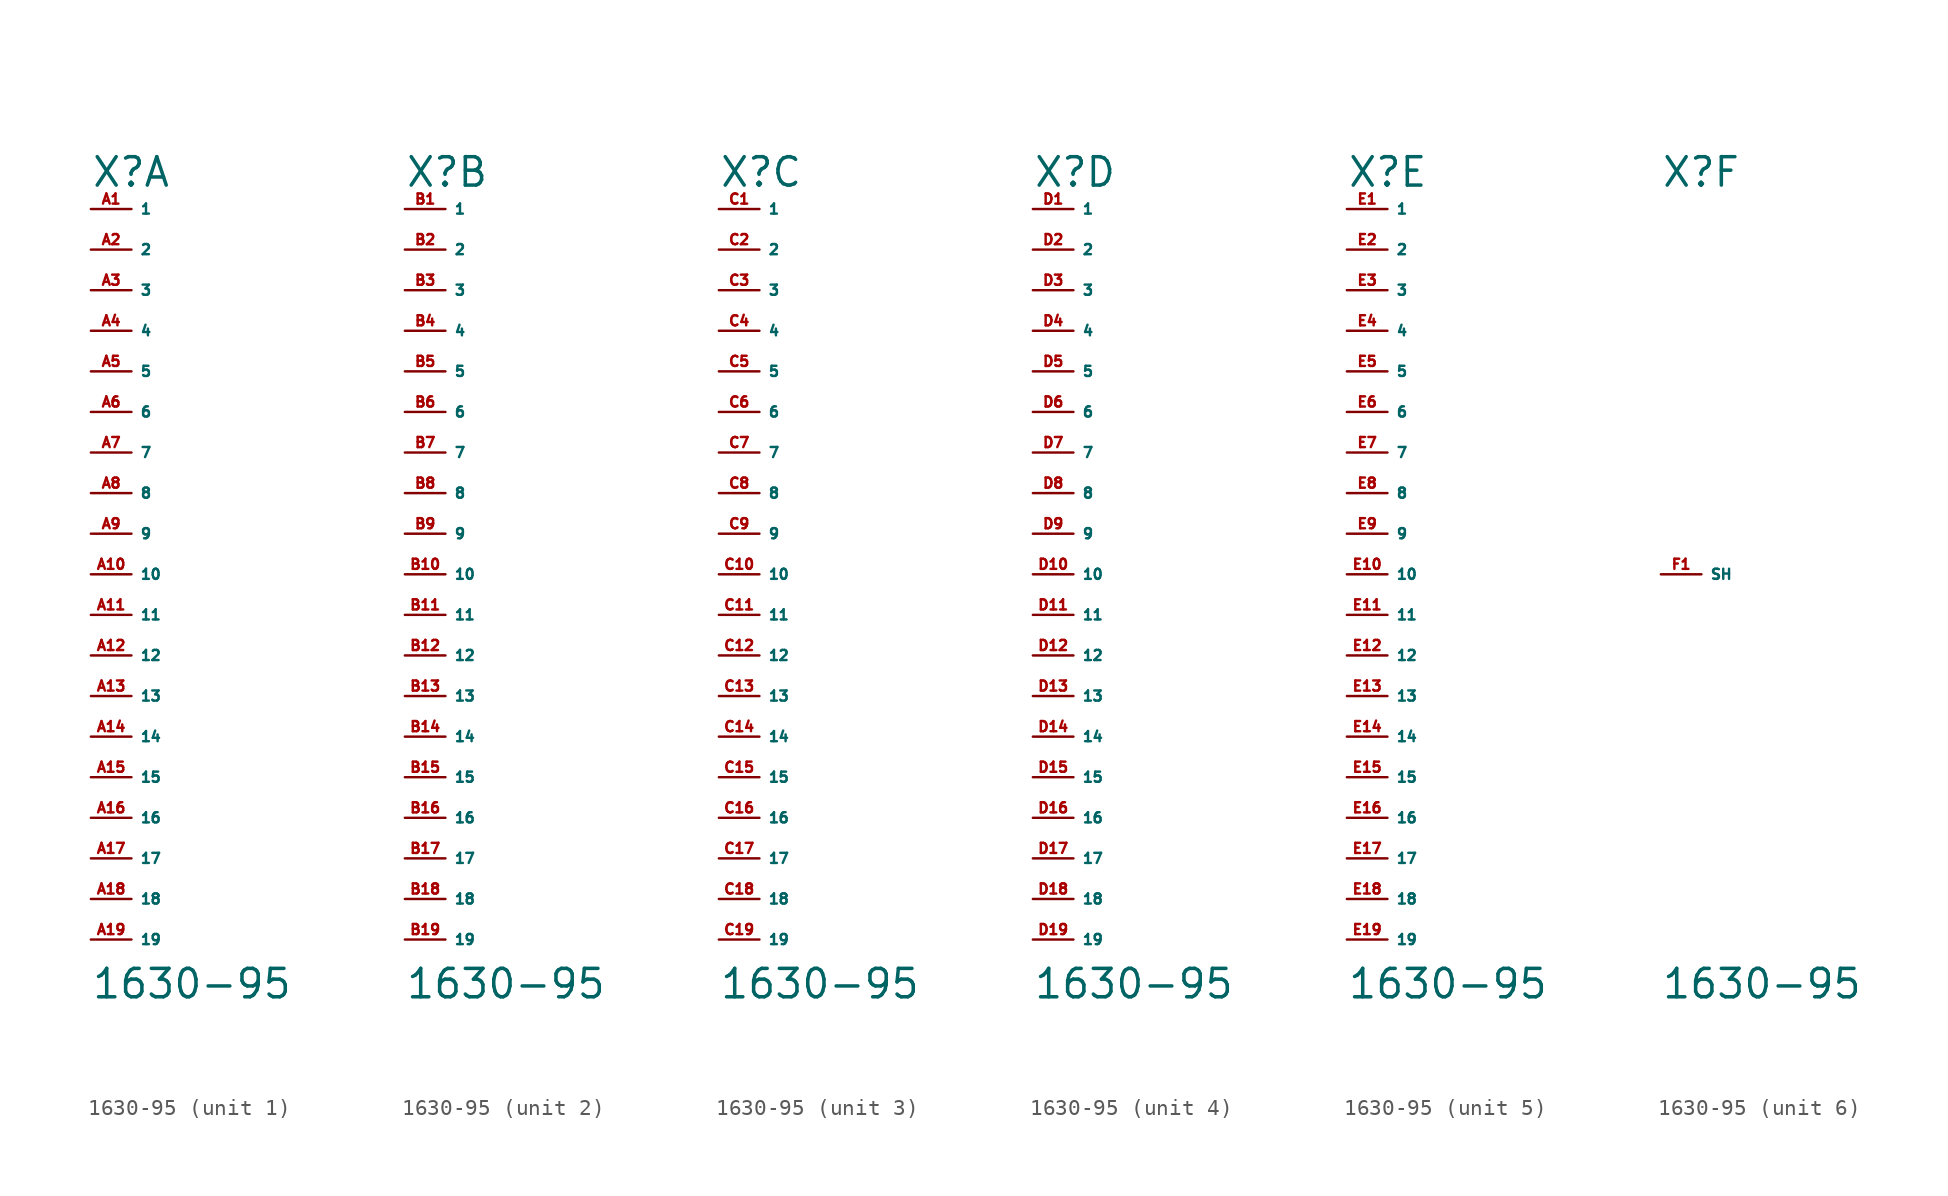
<source format=kicad_sym>
(kicad_symbol_lib
  (version 20220914)
  (generator Eagle2Kicad)
  (symbol "1630-95"
    (property "Reference" "X"
      (at -2.54 24.13 0)
      (effects (font (size 1.778 1.778) (thickness 0.22)) (justify left bottom)))
    (property "Value" "1630-95"
      (at -2.54 -26.67 0)
      (effects (font (size 1.778 1.778) (thickness 0.22)) (justify left bottom)))
    (symbol "1630-95_1_0"
      (pin passive line (at -2.54 22.86 0) (length 2.54) (name "1" (effects (font (size 0.635 0.635) (thickness 0.08)) (justify left bottom))) (number "A1" (effects (font (size 0.635 0.635) (thickness 0.08)) (justify left bottom))))
      (pin passive line (at -2.54 20.32 0) (length 2.54) (name "2" (effects (font (size 0.635 0.635) (thickness 0.08)) (justify left bottom))) (number "A2" (effects (font (size 0.635 0.635) (thickness 0.08)) (justify left bottom))))
      (pin passive line (at -2.54 17.78 0) (length 2.54) (name "3" (effects (font (size 0.635 0.635) (thickness 0.08)) (justify left bottom))) (number "A3" (effects (font (size 0.635 0.635) (thickness 0.08)) (justify left bottom))))
      (pin passive line (at -2.54 15.24 0) (length 2.54) (name "4" (effects (font (size 0.635 0.635) (thickness 0.08)) (justify left bottom))) (number "A4" (effects (font (size 0.635 0.635) (thickness 0.08)) (justify left bottom))))
      (pin passive line (at -2.54 12.7 0) (length 2.54) (name "5" (effects (font (size 0.635 0.635) (thickness 0.08)) (justify left bottom))) (number "A5" (effects (font (size 0.635 0.635) (thickness 0.08)) (justify left bottom))))
      (pin passive line (at -2.54 10.16 0) (length 2.54) (name "6" (effects (font (size 0.635 0.635) (thickness 0.08)) (justify left bottom))) (number "A6" (effects (font (size 0.635 0.635) (thickness 0.08)) (justify left bottom))))
      (pin passive line (at -2.54 7.62 0) (length 2.54) (name "7" (effects (font (size 0.635 0.635) (thickness 0.08)) (justify left bottom))) (number "A7" (effects (font (size 0.635 0.635) (thickness 0.08)) (justify left bottom))))
      (pin passive line (at -2.54 5.08 0) (length 2.54) (name "8" (effects (font (size 0.635 0.635) (thickness 0.08)) (justify left bottom))) (number "A8" (effects (font (size 0.635 0.635) (thickness 0.08)) (justify left bottom))))
      (pin passive line (at -2.54 2.54 0) (length 2.54) (name "9" (effects (font (size 0.635 0.635) (thickness 0.08)) (justify left bottom))) (number "A9" (effects (font (size 0.635 0.635) (thickness 0.08)) (justify left bottom))))
      (pin passive line (at -2.54 0 0) (length 2.54) (name "10" (effects (font (size 0.635 0.635) (thickness 0.08)) (justify left bottom))) (number "A10" (effects (font (size 0.635 0.635) (thickness 0.08)) (justify left bottom))))
      (pin passive line (at -2.54 -2.54 0) (length 2.54) (name "11" (effects (font (size 0.635 0.635) (thickness 0.08)) (justify left bottom))) (number "A11" (effects (font (size 0.635 0.635) (thickness 0.08)) (justify left bottom))))
      (pin passive line (at -2.54 -5.08 0) (length 2.54) (name "12" (effects (font (size 0.635 0.635) (thickness 0.08)) (justify left bottom))) (number "A12" (effects (font (size 0.635 0.635) (thickness 0.08)) (justify left bottom))))
      (pin passive line (at -2.54 -7.62 0) (length 2.54) (name "13" (effects (font (size 0.635 0.635) (thickness 0.08)) (justify left bottom))) (number "A13" (effects (font (size 0.635 0.635) (thickness 0.08)) (justify left bottom))))
      (pin passive line (at -2.54 -10.16 0) (length 2.54) (name "14" (effects (font (size 0.635 0.635) (thickness 0.08)) (justify left bottom))) (number "A14" (effects (font (size 0.635 0.635) (thickness 0.08)) (justify left bottom))))
      (pin passive line (at -2.54 -12.7 0) (length 2.54) (name "15" (effects (font (size 0.635 0.635) (thickness 0.08)) (justify left bottom))) (number "A15" (effects (font (size 0.635 0.635) (thickness 0.08)) (justify left bottom))))
      (pin passive line (at -2.54 -15.24 0) (length 2.54) (name "16" (effects (font (size 0.635 0.635) (thickness 0.08)) (justify left bottom))) (number "A16" (effects (font (size 0.635 0.635) (thickness 0.08)) (justify left bottom))))
      (pin passive line (at -2.54 -17.78 0) (length 2.54) (name "17" (effects (font (size 0.635 0.635) (thickness 0.08)) (justify left bottom))) (number "A17" (effects (font (size 0.635 0.635) (thickness 0.08)) (justify left bottom))))
      (pin passive line (at -2.54 -20.32 0) (length 2.54) (name "18" (effects (font (size 0.635 0.635) (thickness 0.08)) (justify left bottom))) (number "A18" (effects (font (size 0.635 0.635) (thickness 0.08)) (justify left bottom))))
      (pin passive line (at -2.54 -22.86 0) (length 2.54) (name "19" (effects (font (size 0.635 0.635) (thickness 0.08)) (justify left bottom))) (number "A19" (effects (font (size 0.635 0.635) (thickness 0.08)) (justify left bottom)))))
    (symbol "1630-95_2_0"
      (pin passive line (at -2.54 22.86 0) (length 2.54) (name "1" (effects (font (size 0.635 0.635) (thickness 0.08)) (justify left bottom))) (number "B1" (effects (font (size 0.635 0.635) (thickness 0.08)) (justify left bottom))))
      (pin passive line (at -2.54 20.32 0) (length 2.54) (name "2" (effects (font (size 0.635 0.635) (thickness 0.08)) (justify left bottom))) (number "B2" (effects (font (size 0.635 0.635) (thickness 0.08)) (justify left bottom))))
      (pin passive line (at -2.54 17.78 0) (length 2.54) (name "3" (effects (font (size 0.635 0.635) (thickness 0.08)) (justify left bottom))) (number "B3" (effects (font (size 0.635 0.635) (thickness 0.08)) (justify left bottom))))
      (pin passive line (at -2.54 15.24 0) (length 2.54) (name "4" (effects (font (size 0.635 0.635) (thickness 0.08)) (justify left bottom))) (number "B4" (effects (font (size 0.635 0.635) (thickness 0.08)) (justify left bottom))))
      (pin passive line (at -2.54 12.7 0) (length 2.54) (name "5" (effects (font (size 0.635 0.635) (thickness 0.08)) (justify left bottom))) (number "B5" (effects (font (size 0.635 0.635) (thickness 0.08)) (justify left bottom))))
      (pin passive line (at -2.54 10.16 0) (length 2.54) (name "6" (effects (font (size 0.635 0.635) (thickness 0.08)) (justify left bottom))) (number "B6" (effects (font (size 0.635 0.635) (thickness 0.08)) (justify left bottom))))
      (pin passive line (at -2.54 7.62 0) (length 2.54) (name "7" (effects (font (size 0.635 0.635) (thickness 0.08)) (justify left bottom))) (number "B7" (effects (font (size 0.635 0.635) (thickness 0.08)) (justify left bottom))))
      (pin passive line (at -2.54 5.08 0) (length 2.54) (name "8" (effects (font (size 0.635 0.635) (thickness 0.08)) (justify left bottom))) (number "B8" (effects (font (size 0.635 0.635) (thickness 0.08)) (justify left bottom))))
      (pin passive line (at -2.54 2.54 0) (length 2.54) (name "9" (effects (font (size 0.635 0.635) (thickness 0.08)) (justify left bottom))) (number "B9" (effects (font (size 0.635 0.635) (thickness 0.08)) (justify left bottom))))
      (pin passive line (at -2.54 0 0) (length 2.54) (name "10" (effects (font (size 0.635 0.635) (thickness 0.08)) (justify left bottom))) (number "B10" (effects (font (size 0.635 0.635) (thickness 0.08)) (justify left bottom))))
      (pin passive line (at -2.54 -2.54 0) (length 2.54) (name "11" (effects (font (size 0.635 0.635) (thickness 0.08)) (justify left bottom))) (number "B11" (effects (font (size 0.635 0.635) (thickness 0.08)) (justify left bottom))))
      (pin passive line (at -2.54 -5.08 0) (length 2.54) (name "12" (effects (font (size 0.635 0.635) (thickness 0.08)) (justify left bottom))) (number "B12" (effects (font (size 0.635 0.635) (thickness 0.08)) (justify left bottom))))
      (pin passive line (at -2.54 -7.62 0) (length 2.54) (name "13" (effects (font (size 0.635 0.635) (thickness 0.08)) (justify left bottom))) (number "B13" (effects (font (size 0.635 0.635) (thickness 0.08)) (justify left bottom))))
      (pin passive line (at -2.54 -10.16 0) (length 2.54) (name "14" (effects (font (size 0.635 0.635) (thickness 0.08)) (justify left bottom))) (number "B14" (effects (font (size 0.635 0.635) (thickness 0.08)) (justify left bottom))))
      (pin passive line (at -2.54 -12.7 0) (length 2.54) (name "15" (effects (font (size 0.635 0.635) (thickness 0.08)) (justify left bottom))) (number "B15" (effects (font (size 0.635 0.635) (thickness 0.08)) (justify left bottom))))
      (pin passive line (at -2.54 -15.24 0) (length 2.54) (name "16" (effects (font (size 0.635 0.635) (thickness 0.08)) (justify left bottom))) (number "B16" (effects (font (size 0.635 0.635) (thickness 0.08)) (justify left bottom))))
      (pin passive line (at -2.54 -17.78 0) (length 2.54) (name "17" (effects (font (size 0.635 0.635) (thickness 0.08)) (justify left bottom))) (number "B17" (effects (font (size 0.635 0.635) (thickness 0.08)) (justify left bottom))))
      (pin passive line (at -2.54 -20.32 0) (length 2.54) (name "18" (effects (font (size 0.635 0.635) (thickness 0.08)) (justify left bottom))) (number "B18" (effects (font (size 0.635 0.635) (thickness 0.08)) (justify left bottom))))
      (pin passive line (at -2.54 -22.86 0) (length 2.54) (name "19" (effects (font (size 0.635 0.635) (thickness 0.08)) (justify left bottom))) (number "B19" (effects (font (size 0.635 0.635) (thickness 0.08)) (justify left bottom)))))
    (symbol "1630-95_3_0"
      (pin passive line (at -2.54 22.86 0) (length 2.54) (name "1" (effects (font (size 0.635 0.635) (thickness 0.08)) (justify left bottom))) (number "C1" (effects (font (size 0.635 0.635) (thickness 0.08)) (justify left bottom))))
      (pin passive line (at -2.54 20.32 0) (length 2.54) (name "2" (effects (font (size 0.635 0.635) (thickness 0.08)) (justify left bottom))) (number "C2" (effects (font (size 0.635 0.635) (thickness 0.08)) (justify left bottom))))
      (pin passive line (at -2.54 17.78 0) (length 2.54) (name "3" (effects (font (size 0.635 0.635) (thickness 0.08)) (justify left bottom))) (number "C3" (effects (font (size 0.635 0.635) (thickness 0.08)) (justify left bottom))))
      (pin passive line (at -2.54 15.24 0) (length 2.54) (name "4" (effects (font (size 0.635 0.635) (thickness 0.08)) (justify left bottom))) (number "C4" (effects (font (size 0.635 0.635) (thickness 0.08)) (justify left bottom))))
      (pin passive line (at -2.54 12.7 0) (length 2.54) (name "5" (effects (font (size 0.635 0.635) (thickness 0.08)) (justify left bottom))) (number "C5" (effects (font (size 0.635 0.635) (thickness 0.08)) (justify left bottom))))
      (pin passive line (at -2.54 10.16 0) (length 2.54) (name "6" (effects (font (size 0.635 0.635) (thickness 0.08)) (justify left bottom))) (number "C6" (effects (font (size 0.635 0.635) (thickness 0.08)) (justify left bottom))))
      (pin passive line (at -2.54 7.62 0) (length 2.54) (name "7" (effects (font (size 0.635 0.635) (thickness 0.08)) (justify left bottom))) (number "C7" (effects (font (size 0.635 0.635) (thickness 0.08)) (justify left bottom))))
      (pin passive line (at -2.54 5.08 0) (length 2.54) (name "8" (effects (font (size 0.635 0.635) (thickness 0.08)) (justify left bottom))) (number "C8" (effects (font (size 0.635 0.635) (thickness 0.08)) (justify left bottom))))
      (pin passive line (at -2.54 2.54 0) (length 2.54) (name "9" (effects (font (size 0.635 0.635) (thickness 0.08)) (justify left bottom))) (number "C9" (effects (font (size 0.635 0.635) (thickness 0.08)) (justify left bottom))))
      (pin passive line (at -2.54 0 0) (length 2.54) (name "10" (effects (font (size 0.635 0.635) (thickness 0.08)) (justify left bottom))) (number "C10" (effects (font (size 0.635 0.635) (thickness 0.08)) (justify left bottom))))
      (pin passive line (at -2.54 -2.54 0) (length 2.54) (name "11" (effects (font (size 0.635 0.635) (thickness 0.08)) (justify left bottom))) (number "C11" (effects (font (size 0.635 0.635) (thickness 0.08)) (justify left bottom))))
      (pin passive line (at -2.54 -5.08 0) (length 2.54) (name "12" (effects (font (size 0.635 0.635) (thickness 0.08)) (justify left bottom))) (number "C12" (effects (font (size 0.635 0.635) (thickness 0.08)) (justify left bottom))))
      (pin passive line (at -2.54 -7.62 0) (length 2.54) (name "13" (effects (font (size 0.635 0.635) (thickness 0.08)) (justify left bottom))) (number "C13" (effects (font (size 0.635 0.635) (thickness 0.08)) (justify left bottom))))
      (pin passive line (at -2.54 -10.16 0) (length 2.54) (name "14" (effects (font (size 0.635 0.635) (thickness 0.08)) (justify left bottom))) (number "C14" (effects (font (size 0.635 0.635) (thickness 0.08)) (justify left bottom))))
      (pin passive line (at -2.54 -12.7 0) (length 2.54) (name "15" (effects (font (size 0.635 0.635) (thickness 0.08)) (justify left bottom))) (number "C15" (effects (font (size 0.635 0.635) (thickness 0.08)) (justify left bottom))))
      (pin passive line (at -2.54 -15.24 0) (length 2.54) (name "16" (effects (font (size 0.635 0.635) (thickness 0.08)) (justify left bottom))) (number "C16" (effects (font (size 0.635 0.635) (thickness 0.08)) (justify left bottom))))
      (pin passive line (at -2.54 -17.78 0) (length 2.54) (name "17" (effects (font (size 0.635 0.635) (thickness 0.08)) (justify left bottom))) (number "C17" (effects (font (size 0.635 0.635) (thickness 0.08)) (justify left bottom))))
      (pin passive line (at -2.54 -20.32 0) (length 2.54) (name "18" (effects (font (size 0.635 0.635) (thickness 0.08)) (justify left bottom))) (number "C18" (effects (font (size 0.635 0.635) (thickness 0.08)) (justify left bottom))))
      (pin passive line (at -2.54 -22.86 0) (length 2.54) (name "19" (effects (font (size 0.635 0.635) (thickness 0.08)) (justify left bottom))) (number "C19" (effects (font (size 0.635 0.635) (thickness 0.08)) (justify left bottom)))))
    (symbol "1630-95_4_0"
      (pin passive line (at -2.54 22.86 0) (length 2.54) (name "1" (effects (font (size 0.635 0.635) (thickness 0.08)) (justify left bottom))) (number "D1" (effects (font (size 0.635 0.635) (thickness 0.08)) (justify left bottom))))
      (pin passive line (at -2.54 20.32 0) (length 2.54) (name "2" (effects (font (size 0.635 0.635) (thickness 0.08)) (justify left bottom))) (number "D2" (effects (font (size 0.635 0.635) (thickness 0.08)) (justify left bottom))))
      (pin passive line (at -2.54 17.78 0) (length 2.54) (name "3" (effects (font (size 0.635 0.635) (thickness 0.08)) (justify left bottom))) (number "D3" (effects (font (size 0.635 0.635) (thickness 0.08)) (justify left bottom))))
      (pin passive line (at -2.54 15.24 0) (length 2.54) (name "4" (effects (font (size 0.635 0.635) (thickness 0.08)) (justify left bottom))) (number "D4" (effects (font (size 0.635 0.635) (thickness 0.08)) (justify left bottom))))
      (pin passive line (at -2.54 12.7 0) (length 2.54) (name "5" (effects (font (size 0.635 0.635) (thickness 0.08)) (justify left bottom))) (number "D5" (effects (font (size 0.635 0.635) (thickness 0.08)) (justify left bottom))))
      (pin passive line (at -2.54 10.16 0) (length 2.54) (name "6" (effects (font (size 0.635 0.635) (thickness 0.08)) (justify left bottom))) (number "D6" (effects (font (size 0.635 0.635) (thickness 0.08)) (justify left bottom))))
      (pin passive line (at -2.54 7.62 0) (length 2.54) (name "7" (effects (font (size 0.635 0.635) (thickness 0.08)) (justify left bottom))) (number "D7" (effects (font (size 0.635 0.635) (thickness 0.08)) (justify left bottom))))
      (pin passive line (at -2.54 5.08 0) (length 2.54) (name "8" (effects (font (size 0.635 0.635) (thickness 0.08)) (justify left bottom))) (number "D8" (effects (font (size 0.635 0.635) (thickness 0.08)) (justify left bottom))))
      (pin passive line (at -2.54 2.54 0) (length 2.54) (name "9" (effects (font (size 0.635 0.635) (thickness 0.08)) (justify left bottom))) (number "D9" (effects (font (size 0.635 0.635) (thickness 0.08)) (justify left bottom))))
      (pin passive line (at -2.54 0 0) (length 2.54) (name "10" (effects (font (size 0.635 0.635) (thickness 0.08)) (justify left bottom))) (number "D10" (effects (font (size 0.635 0.635) (thickness 0.08)) (justify left bottom))))
      (pin passive line (at -2.54 -2.54 0) (length 2.54) (name "11" (effects (font (size 0.635 0.635) (thickness 0.08)) (justify left bottom))) (number "D11" (effects (font (size 0.635 0.635) (thickness 0.08)) (justify left bottom))))
      (pin passive line (at -2.54 -5.08 0) (length 2.54) (name "12" (effects (font (size 0.635 0.635) (thickness 0.08)) (justify left bottom))) (number "D12" (effects (font (size 0.635 0.635) (thickness 0.08)) (justify left bottom))))
      (pin passive line (at -2.54 -7.62 0) (length 2.54) (name "13" (effects (font (size 0.635 0.635) (thickness 0.08)) (justify left bottom))) (number "D13" (effects (font (size 0.635 0.635) (thickness 0.08)) (justify left bottom))))
      (pin passive line (at -2.54 -10.16 0) (length 2.54) (name "14" (effects (font (size 0.635 0.635) (thickness 0.08)) (justify left bottom))) (number "D14" (effects (font (size 0.635 0.635) (thickness 0.08)) (justify left bottom))))
      (pin passive line (at -2.54 -12.7 0) (length 2.54) (name "15" (effects (font (size 0.635 0.635) (thickness 0.08)) (justify left bottom))) (number "D15" (effects (font (size 0.635 0.635) (thickness 0.08)) (justify left bottom))))
      (pin passive line (at -2.54 -15.24 0) (length 2.54) (name "16" (effects (font (size 0.635 0.635) (thickness 0.08)) (justify left bottom))) (number "D16" (effects (font (size 0.635 0.635) (thickness 0.08)) (justify left bottom))))
      (pin passive line (at -2.54 -17.78 0) (length 2.54) (name "17" (effects (font (size 0.635 0.635) (thickness 0.08)) (justify left bottom))) (number "D17" (effects (font (size 0.635 0.635) (thickness 0.08)) (justify left bottom))))
      (pin passive line (at -2.54 -20.32 0) (length 2.54) (name "18" (effects (font (size 0.635 0.635) (thickness 0.08)) (justify left bottom))) (number "D18" (effects (font (size 0.635 0.635) (thickness 0.08)) (justify left bottom))))
      (pin passive line (at -2.54 -22.86 0) (length 2.54) (name "19" (effects (font (size 0.635 0.635) (thickness 0.08)) (justify left bottom))) (number "D19" (effects (font (size 0.635 0.635) (thickness 0.08)) (justify left bottom)))))
    (symbol "1630-95_5_0"
      (pin passive line (at -2.54 22.86 0) (length 2.54) (name "1" (effects (font (size 0.635 0.635) (thickness 0.08)) (justify left bottom))) (number "E1" (effects (font (size 0.635 0.635) (thickness 0.08)) (justify left bottom))))
      (pin passive line (at -2.54 20.32 0) (length 2.54) (name "2" (effects (font (size 0.635 0.635) (thickness 0.08)) (justify left bottom))) (number "E2" (effects (font (size 0.635 0.635) (thickness 0.08)) (justify left bottom))))
      (pin passive line (at -2.54 17.78 0) (length 2.54) (name "3" (effects (font (size 0.635 0.635) (thickness 0.08)) (justify left bottom))) (number "E3" (effects (font (size 0.635 0.635) (thickness 0.08)) (justify left bottom))))
      (pin passive line (at -2.54 15.24 0) (length 2.54) (name "4" (effects (font (size 0.635 0.635) (thickness 0.08)) (justify left bottom))) (number "E4" (effects (font (size 0.635 0.635) (thickness 0.08)) (justify left bottom))))
      (pin passive line (at -2.54 12.7 0) (length 2.54) (name "5" (effects (font (size 0.635 0.635) (thickness 0.08)) (justify left bottom))) (number "E5" (effects (font (size 0.635 0.635) (thickness 0.08)) (justify left bottom))))
      (pin passive line (at -2.54 10.16 0) (length 2.54) (name "6" (effects (font (size 0.635 0.635) (thickness 0.08)) (justify left bottom))) (number "E6" (effects (font (size 0.635 0.635) (thickness 0.08)) (justify left bottom))))
      (pin passive line (at -2.54 7.62 0) (length 2.54) (name "7" (effects (font (size 0.635 0.635) (thickness 0.08)) (justify left bottom))) (number "E7" (effects (font (size 0.635 0.635) (thickness 0.08)) (justify left bottom))))
      (pin passive line (at -2.54 5.08 0) (length 2.54) (name "8" (effects (font (size 0.635 0.635) (thickness 0.08)) (justify left bottom))) (number "E8" (effects (font (size 0.635 0.635) (thickness 0.08)) (justify left bottom))))
      (pin passive line (at -2.54 2.54 0) (length 2.54) (name "9" (effects (font (size 0.635 0.635) (thickness 0.08)) (justify left bottom))) (number "E9" (effects (font (size 0.635 0.635) (thickness 0.08)) (justify left bottom))))
      (pin passive line (at -2.54 0 0) (length 2.54) (name "10" (effects (font (size 0.635 0.635) (thickness 0.08)) (justify left bottom))) (number "E10" (effects (font (size 0.635 0.635) (thickness 0.08)) (justify left bottom))))
      (pin passive line (at -2.54 -2.54 0) (length 2.54) (name "11" (effects (font (size 0.635 0.635) (thickness 0.08)) (justify left bottom))) (number "E11" (effects (font (size 0.635 0.635) (thickness 0.08)) (justify left bottom))))
      (pin passive line (at -2.54 -5.08 0) (length 2.54) (name "12" (effects (font (size 0.635 0.635) (thickness 0.08)) (justify left bottom))) (number "E12" (effects (font (size 0.635 0.635) (thickness 0.08)) (justify left bottom))))
      (pin passive line (at -2.54 -7.62 0) (length 2.54) (name "13" (effects (font (size 0.635 0.635) (thickness 0.08)) (justify left bottom))) (number "E13" (effects (font (size 0.635 0.635) (thickness 0.08)) (justify left bottom))))
      (pin passive line (at -2.54 -10.16 0) (length 2.54) (name "14" (effects (font (size 0.635 0.635) (thickness 0.08)) (justify left bottom))) (number "E14" (effects (font (size 0.635 0.635) (thickness 0.08)) (justify left bottom))))
      (pin passive line (at -2.54 -12.7 0) (length 2.54) (name "15" (effects (font (size 0.635 0.635) (thickness 0.08)) (justify left bottom))) (number "E15" (effects (font (size 0.635 0.635) (thickness 0.08)) (justify left bottom))))
      (pin passive line (at -2.54 -15.24 0) (length 2.54) (name "16" (effects (font (size 0.635 0.635) (thickness 0.08)) (justify left bottom))) (number "E16" (effects (font (size 0.635 0.635) (thickness 0.08)) (justify left bottom))))
      (pin passive line (at -2.54 -17.78 0) (length 2.54) (name "17" (effects (font (size 0.635 0.635) (thickness 0.08)) (justify left bottom))) (number "E17" (effects (font (size 0.635 0.635) (thickness 0.08)) (justify left bottom))))
      (pin passive line (at -2.54 -20.32 0) (length 2.54) (name "18" (effects (font (size 0.635 0.635) (thickness 0.08)) (justify left bottom))) (number "E18" (effects (font (size 0.635 0.635) (thickness 0.08)) (justify left bottom))))
      (pin passive line (at -2.54 -22.86 0) (length 2.54) (name "19" (effects (font (size 0.635 0.635) (thickness 0.08)) (justify left bottom))) (number "E19" (effects (font (size 0.635 0.635) (thickness 0.08)) (justify left bottom)))))
    (symbol "1630-95_6_0"
      (pin passive line (at -2.54 0 0) (length 2.54) (name "SH" (effects (font (size 0.635 0.635) (thickness 0.08)) (justify left bottom))) (number "F1" (effects (font (size 0.635 0.635) (thickness 0.08)) (justify left bottom)))))))
</source>
